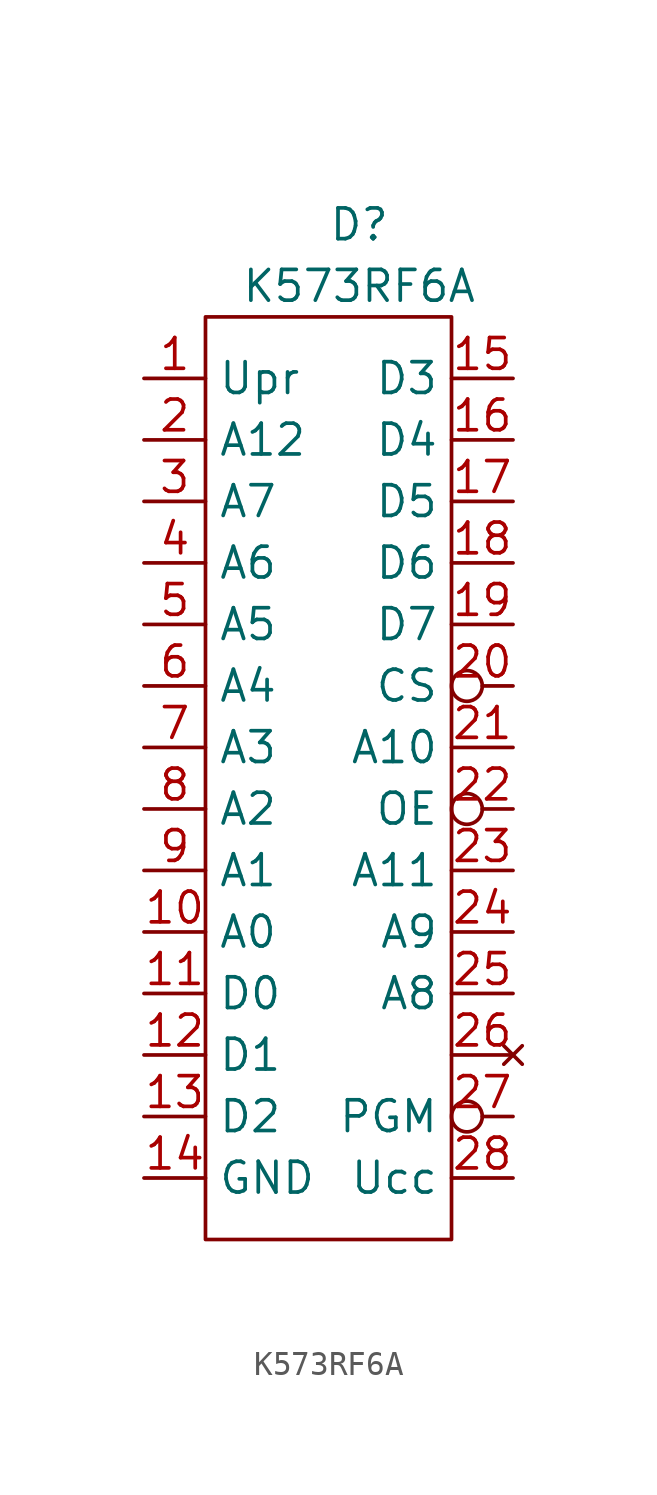
<source format=kicad_sym>
(kicad_symbol_lib
  (version 20211014)
  (generator kicad_symbol_editor)
  (symbol "K573RF6A"
    (property "Reference" "D"
      (at 0 16.51 0)
      (effects (font (size 1.27 1.27))))
    (property "Value" "K573RF6A"
      (at 0 13.97 0)
      (effects (font (size 1.27 1.27))))
    (symbol "K573RF6A_0_1"
      (rectangle (start -6.35 12.7) (end 3.81 -25.4) (stroke (width 0) (type default) (color 0 0 0 0)) (fill (type none))))
    (symbol "K573RF6A_1_1"
      (pin input line (at -8.89 10.16 0) (length 2.54) (name "Upr" (effects (font (size 1.27 1.27)))) (number "1" (effects (font (size 1.27 1.27)))))
      (pin input line (at -8.89 -12.7 0) (length 2.54) (name "A0" (effects (font (size 1.27 1.27)))) (number "10" (effects (font (size 1.27 1.27)))))
      (pin bidirectional line (at -8.89 -15.24 0) (length 2.54) (name "D0" (effects (font (size 1.27 1.27)))) (number "11" (effects (font (size 1.27 1.27)))))
      (pin bidirectional line (at -8.89 -17.78 0) (length 2.54) (name "D1" (effects (font (size 1.27 1.27)))) (number "12" (effects (font (size 1.27 1.27)))))
      (pin bidirectional line (at -8.89 -20.32 0) (length 2.54) (name "D2" (effects (font (size 1.27 1.27)))) (number "13" (effects (font (size 1.27 1.27)))))
      (pin power_in line (at -8.89 -22.86 0) (length 2.54) (name "GND" (effects (font (size 1.27 1.27)))) (number "14" (effects (font (size 1.27 1.27)))))
      (pin bidirectional line (at 6.35 10.16 180) (length 2.54) (name "D3" (effects (font (size 1.27 1.27)))) (number "15" (effects (font (size 1.27 1.27)))))
      (pin bidirectional line (at 6.35 7.62 180) (length 2.54) (name "D4" (effects (font (size 1.27 1.27)))) (number "16" (effects (font (size 1.27 1.27)))))
      (pin bidirectional line (at 6.35 5.08 180) (length 2.54) (name "D5" (effects (font (size 1.27 1.27)))) (number "17" (effects (font (size 1.27 1.27)))))
      (pin bidirectional line (at 6.35 2.54 180) (length 2.54) (name "D6" (effects (font (size 1.27 1.27)))) (number "18" (effects (font (size 1.27 1.27)))))
      (pin bidirectional line (at 6.35 0 180) (length 2.54) (name "D7" (effects (font (size 1.27 1.27)))) (number "19" (effects (font (size 1.27 1.27)))))
      (pin input line (at -8.89 7.62 0) (length 2.54) (name "A12" (effects (font (size 1.27 1.27)))) (number "2" (effects (font (size 1.27 1.27)))))
      (pin input inverted (at 6.35 -2.54 180) (length 2.54) (name "CS" (effects (font (size 1.27 1.27)))) (number "20" (effects (font (size 1.27 1.27)))))
      (pin input line (at 6.35 -5.08 180) (length 2.54) (name "A10" (effects (font (size 1.27 1.27)))) (number "21" (effects (font (size 1.27 1.27)))))
      (pin input inverted (at 6.35 -7.62 180) (length 2.54) (name "OE" (effects (font (size 1.27 1.27)))) (number "22" (effects (font (size 1.27 1.27)))))
      (pin input line (at 6.35 -10.16 180) (length 2.54) (name "A11" (effects (font (size 1.27 1.27)))) (number "23" (effects (font (size 1.27 1.27)))))
      (pin input line (at 6.35 -12.7 180) (length 2.54) (name "A9" (effects (font (size 1.27 1.27)))) (number "24" (effects (font (size 1.27 1.27)))))
      (pin input line (at 6.35 -15.24 180) (length 2.54) (name "A8" (effects (font (size 1.27 1.27)))) (number "25" (effects (font (size 1.27 1.27)))))
      (pin no_connect line (at 6.35 -17.78 180) (length 2.54) (name "" (effects (font (size 1.27 1.27)))) (number "26" (effects (font (size 1.27 1.27)))))
      (pin input inverted (at 6.35 -20.32 180) (length 2.54) (name "PGM" (effects (font (size 1.27 1.27)))) (number "27" (effects (font (size 1.27 1.27)))))
      (pin power_in line (at 6.35 -22.86 180) (length 2.54) (name "Ucc" (effects (font (size 1.27 1.27)))) (number "28" (effects (font (size 1.27 1.27)))))
      (pin input line (at -8.89 5.08 0) (length 2.54) (name "A7" (effects (font (size 1.27 1.27)))) (number "3" (effects (font (size 1.27 1.27)))))
      (pin input line (at -8.89 2.54 0) (length 2.54) (name "A6" (effects (font (size 1.27 1.27)))) (number "4" (effects (font (size 1.27 1.27)))))
      (pin input line (at -8.89 0 0) (length 2.54) (name "A5" (effects (font (size 1.27 1.27)))) (number "5" (effects (font (size 1.27 1.27)))))
      (pin input line (at -8.89 -2.54 0) (length 2.54) (name "A4" (effects (font (size 1.27 1.27)))) (number "6" (effects (font (size 1.27 1.27)))))
      (pin input line (at -8.89 -5.08 0) (length 2.54) (name "A3" (effects (font (size 1.27 1.27)))) (number "7" (effects (font (size 1.27 1.27)))))
      (pin input line (at -8.89 -7.62 0) (length 2.54) (name "A2" (effects (font (size 1.27 1.27)))) (number "8" (effects (font (size 1.27 1.27)))))
      (pin input line (at -8.89 -10.16 0) (length 2.54) (name "A1" (effects (font (size 1.27 1.27)))) (number "9" (effects (font (size 1.27 1.27))))))))
</source>
